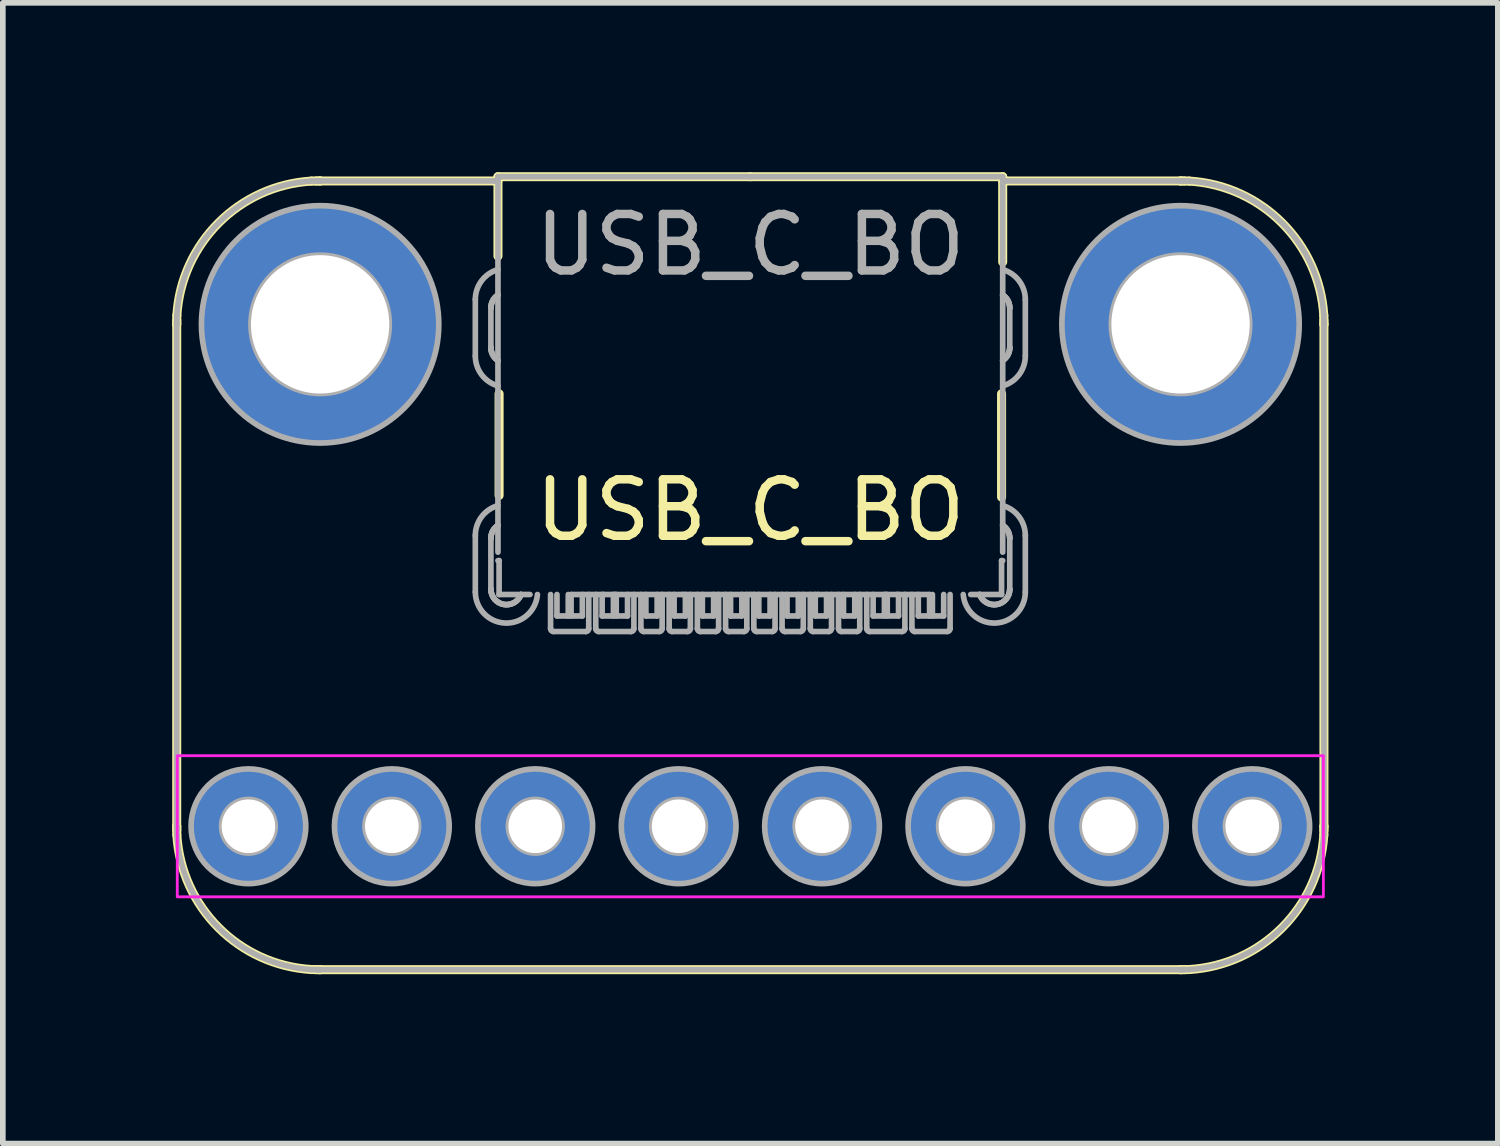
<source format=kicad_pcb>
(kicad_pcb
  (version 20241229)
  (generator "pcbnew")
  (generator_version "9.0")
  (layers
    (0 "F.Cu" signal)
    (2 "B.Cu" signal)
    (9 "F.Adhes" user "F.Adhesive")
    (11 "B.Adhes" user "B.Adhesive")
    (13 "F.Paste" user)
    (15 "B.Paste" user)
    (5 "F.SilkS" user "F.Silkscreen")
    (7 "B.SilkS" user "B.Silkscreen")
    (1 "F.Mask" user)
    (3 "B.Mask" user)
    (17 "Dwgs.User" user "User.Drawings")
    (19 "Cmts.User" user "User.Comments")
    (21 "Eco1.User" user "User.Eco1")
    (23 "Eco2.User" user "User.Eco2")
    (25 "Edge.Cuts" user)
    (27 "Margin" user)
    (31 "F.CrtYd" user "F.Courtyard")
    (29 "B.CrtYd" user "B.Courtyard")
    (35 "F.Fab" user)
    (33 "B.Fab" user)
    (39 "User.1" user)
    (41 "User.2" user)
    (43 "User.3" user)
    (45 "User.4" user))
  (footprint "USB_C_BO"
    (layer "F.Cu")
    (at 10.24 11.585)
    (property "Reference" "USB_C_BO" (at 0 -5.6 0) (layer "F.SilkS") (effects (font (size 1 1) (thickness 0.15))))
    (attr through_hole)
    (fp_line (start -10.16 -8.89) (end -10.158 -9.044) (stroke (width 0.16) (type solid)) (layer "F.SilkS"))
    (fp_line (start -10.16 0) (end -10.16 -8.89) (stroke (width 0.16) (type solid)) (layer "F.SilkS"))
    (fp_line (start -10.158 0.154) (end -10.16 0) (stroke (width 0.16) (type solid)) (layer "F.SilkS"))
    (fp_line (start -7.774 -11.428) (end -7.62 -11.43) (stroke (width 0.16) (type solid)) (layer "F.SilkS"))
    (fp_line (start -7.62 -11.43) (end -4.521 -11.43) (stroke (width 0.16) (type solid)) (layer "F.SilkS"))
    (fp_line (start -7.62 2.54) (end -7.774 2.538) (stroke (width 0.16) (type solid)) (layer "F.SilkS"))
    (fp_line (start -4.521 -11.43) (end -4.47 -11.43) (stroke (width 0.16) (type solid)) (layer "F.SilkS"))
    (fp_line (start -4.47 -11.505) (end -4.47 -10.098) (stroke (width 0.16) (type solid)) (layer "F.SilkS"))
    (fp_line (start -4.45 -5.859) (end -4.45 -7.661) (stroke (width 0.16) (type solid)) (layer "F.SilkS"))
    (fp_line (start 0 -11.505) (end -4.47 -11.505) (stroke (width 0.16) (type solid)) (layer "F.SilkS"))
    (fp_line (start 0 -11.505) (end 4.47 -11.505) (stroke (width 0.16) (type solid)) (layer "F.SilkS"))
    (fp_line (start 4.45 -5.83) (end 4.45 -7.661) (stroke (width 0.16) (type solid)) (layer "F.SilkS"))
    (fp_line (start 4.47 -11.505) (end 4.47 -9.995) (stroke (width 0.16) (type solid)) (layer "F.SilkS"))
    (fp_line (start 4.47 -11.43) (end 4.521 -11.43) (stroke (width 0.16) (type solid)) (layer "F.SilkS"))
    (fp_line (start 4.521 -11.43) (end 7.62 -11.43) (stroke (width 0.16) (type solid)) (layer "F.SilkS"))
    (fp_line (start 7.62 -11.43) (end 7.774 -11.428) (stroke (width 0.16) (type solid)) (layer "F.SilkS"))
    (fp_line (start 7.62 2.54) (end -7.62 2.54) (stroke (width 0.16) (type solid)) (layer "F.SilkS"))
    (fp_line (start 7.774 2.538) (end 7.62 2.54) (stroke (width 0.16) (type solid)) (layer "F.SilkS"))
    (fp_line (start 10.158 -9.044) (end 10.16 -8.89) (stroke (width 0.16) (type solid)) (layer "F.SilkS"))
    (fp_line (start 10.16 -8.89) (end 10.16 0) (stroke (width 0.16) (type solid)) (layer "F.SilkS"))
    (fp_line (start 10.16 0) (end 10.158 0.154) (stroke (width 0.16) (type solid)) (layer "F.SilkS"))
    (fp_arc (start -10.16 -8.89) (mid -10.159711 -8.928334) (end -10.158843 -8.96666) (stroke (width 0.16) (type solid)) (layer "F.SilkS"))
    (fp_arc (start -10.158843 0.07666) (mid -10.159711 0.038334) (end -10.16 0) (stroke (width 0.16) (type solid)) (layer "F.SilkS"))
    (fp_arc (start -10.157683 -9.043501) (mid -9.417693 -10.687693) (end -7.773502 -11.427683) (stroke (width 0.16) (type solid)) (layer "F.SilkS"))
    (fp_arc (start -7.773501 2.537683) (mid -9.417693 1.797693) (end -10.157683 0.153502) (stroke (width 0.16) (type solid)) (layer "F.SilkS"))
    (fp_arc (start -7.69666 -11.428843) (mid -7.658334 -11.429711) (end -7.62 -11.43) (stroke (width 0.16) (type solid)) (layer "F.SilkS"))
    (fp_arc (start -7.62 2.54) (mid -7.658334 2.539711) (end -7.69666 2.538843) (stroke (width 0.16) (type solid)) (layer "F.SilkS"))
    (fp_arc (start 7.62 -11.43) (mid 7.658334 -11.429711) (end 7.69666 -11.428843) (stroke (width 0.16) (type solid)) (layer "F.SilkS"))
    (fp_arc (start 7.69666 2.538843) (mid 7.658334 2.539711) (end 7.62 2.54) (stroke (width 0.16) (type solid)) (layer "F.SilkS"))
    (fp_arc (start 7.773501 -11.427683) (mid 9.417693 -10.687693) (end 10.157683 -9.043502) (stroke (width 0.16) (type solid)) (layer "F.SilkS"))
    (fp_arc (start 10.157683 0.153501) (mid 9.417693 1.797693) (end 7.773502 2.537683) (stroke (width 0.16) (type solid)) (layer "F.SilkS"))
    (fp_arc (start 10.158843 -8.96666) (mid 10.159711 -8.928334) (end 10.16 -8.89) (stroke (width 0.16) (type solid)) (layer "F.SilkS"))
    (fp_arc (start 10.16 0) (mid 10.159711 0.038334) (end 10.158843 0.07666) (stroke (width 0.16) (type solid)) (layer "F.SilkS"))
    (fp_rect (start -10.15 -1.25) (end 10.15 1.25) (stroke (width 0.05) (type default)) (fill no) (layer "F.CrtYd"))
    (fp_line (start -10.16 -8.89) (end -10.158 -9.044) (stroke (width 0.1) (type solid)) (layer "F.Fab"))
    (fp_line (start -10.16 0) (end -10.16 -8.89) (stroke (width 0.1) (type solid)) (layer "F.Fab"))
    (fp_line (start -10.158 0.154) (end -10.16 0) (stroke (width 0.1) (type solid)) (layer "F.Fab"))
    (fp_line (start -7.774 -11.428) (end -7.62 -11.43) (stroke (width 0.1) (type solid)) (layer "F.Fab"))
    (fp_line (start -7.62 -11.43) (end -4.521 -11.43) (stroke (width 0.1) (type solid)) (layer "F.Fab"))
    (fp_line (start -7.62 2.54) (end -7.774 2.538) (stroke (width 0.1) (type solid)) (layer "F.Fab"))
    (fp_line (start -4.871 -9.33) (end -4.871 -8.33) (stroke (width 0.1) (type solid)) (layer "F.Fab"))
    (fp_line (start -4.871 -5.15) (end -4.871 -4.15) (stroke (width 0.1) (type solid)) (layer "F.Fab"))
    (fp_line (start -4.595 -8.48) (end -4.595 -9.18) (stroke (width 0.1) (type solid)) (layer "F.Fab"))
    (fp_line (start -4.595 -4.2) (end -4.595 -5.1) (stroke (width 0.1) (type solid)) (layer "F.Fab"))
    (fp_line (start -4.521 -11.43) (end -4.47 -11.43) (stroke (width 0.1) (type solid)) (layer "F.Fab"))
    (fp_line (start -4.47 -11.505) (end -4.47 -4.855) (stroke (width 0.1) (type solid)) (layer "F.Fab"))
    (fp_line (start -4.47 -4.705) (end -4.45 -4.705) (stroke (width 0.1) (type solid)) (layer "F.Fab"))
    (fp_line (start -4.45 -4.105) (end -4.45 -4.705) (stroke (width 0.1) (type solid)) (layer "F.Fab"))
    (fp_line (start -3.903 -4.105) (end -4.45 -4.105) (stroke (width 0.1) (type solid)) (layer "F.Fab"))
    (fp_line (start -3.538 -4.105) (end -3.538 -3.5) (stroke (width 0.1) (type solid)) (layer "F.Fab"))
    (fp_line (start -3.487 -3.449) (end -2.913 -3.449) (stroke (width 0.1) (type solid)) (layer "F.Fab"))
    (fp_line (start -3.425 -4.105) (end -3.425 -3.725) (stroke (width 0.1) (type solid)) (layer "F.Fab"))
    (fp_line (start -3.425 -3.725) (end -3.225 -3.725) (stroke (width 0.1) (type solid)) (layer "F.Fab"))
    (fp_line (start -3.225 -4.105) (end -3.225 -3.725) (stroke (width 0.1) (type solid)) (layer "F.Fab"))
    (fp_line (start -3.175 -4.105) (end -3.175 -3.725) (stroke (width 0.1) (type solid)) (layer "F.Fab"))
    (fp_line (start -3.175 -3.725) (end -2.975 -3.725) (stroke (width 0.1) (type solid)) (layer "F.Fab"))
    (fp_line (start -3.17 -4.105) (end -2.6 -4.105) (stroke (width 0.1) (type solid)) (layer "F.Fab"))
    (fp_line (start -2.975 -4.105) (end -2.975 -3.725) (stroke (width 0.1) (type solid)) (layer "F.Fab"))
    (fp_line (start -2.862 -3.5) (end -2.862 -4.105) (stroke (width 0.1) (type solid)) (layer "F.Fab"))
    (fp_line (start -2.738 -4.105) (end -2.738 -3.5) (stroke (width 0.1) (type solid)) (layer "F.Fab"))
    (fp_line (start -2.688 -3.449) (end -2.112 -3.449) (stroke (width 0.1) (type solid)) (layer "F.Fab"))
    (fp_line (start -2.625 -4.105) (end -2.625 -3.725) (stroke (width 0.1) (type solid)) (layer "F.Fab"))
    (fp_line (start -2.625 -3.725) (end -2.425 -3.725) (stroke (width 0.1) (type solid)) (layer "F.Fab"))
    (fp_line (start -2.6 -4.105) (end -2.4 -4.105) (stroke (width 0.1) (type solid)) (layer "F.Fab"))
    (fp_line (start -2.425 -4.105) (end -2.425 -3.725) (stroke (width 0.1) (type solid)) (layer "F.Fab"))
    (fp_line (start -2.4 -4.105) (end -1.2 -4.105) (stroke (width 0.1) (type solid)) (layer "F.Fab"))
    (fp_line (start -2.375 -4.105) (end -2.375 -3.725) (stroke (width 0.1) (type solid)) (layer "F.Fab"))
    (fp_line (start -2.375 -3.725) (end -2.175 -3.725) (stroke (width 0.1) (type solid)) (layer "F.Fab"))
    (fp_line (start -2.175 -4.105) (end -2.175 -3.725) (stroke (width 0.1) (type solid)) (layer "F.Fab"))
    (fp_line (start -2.062 -3.5) (end -2.062 -4.105) (stroke (width 0.1) (type solid)) (layer "F.Fab"))
    (fp_line (start -1.938 -4.105) (end -1.938 -3.5) (stroke (width 0.1) (type solid)) (layer "F.Fab"))
    (fp_line (start -1.887 -3.449) (end -1.613 -3.449) (stroke (width 0.1) (type solid)) (layer "F.Fab"))
    (fp_line (start -1.85 -4.105) (end -1.85 -3.725) (stroke (width 0.1) (type solid)) (layer "F.Fab"))
    (fp_line (start -1.85 -3.725) (end -1.65 -3.725) (stroke (width 0.1) (type solid)) (layer "F.Fab"))
    (fp_line (start -1.65 -4.105) (end -1.65 -3.725) (stroke (width 0.1) (type solid)) (layer "F.Fab"))
    (fp_line (start -1.562 -3.5) (end -1.562 -4.105) (stroke (width 0.1) (type solid)) (layer "F.Fab"))
    (fp_line (start -1.438 -4.105) (end -1.438 -3.5) (stroke (width 0.1) (type solid)) (layer "F.Fab"))
    (fp_line (start -1.387 -3.449) (end -1.113 -3.449) (stroke (width 0.1) (type solid)) (layer "F.Fab"))
    (fp_line (start -1.35 -4.105) (end -1.35 -3.725) (stroke (width 0.1) (type solid)) (layer "F.Fab"))
    (fp_line (start -1.35 -3.725) (end -1.15 -3.725) (stroke (width 0.1) (type solid)) (layer "F.Fab"))
    (fp_line (start -1.2 -4.105) (end 0 -4.105) (stroke (width 0.1) (type solid)) (layer "F.Fab"))
    (fp_line (start -1.15 -4.105) (end -1.15 -3.725) (stroke (width 0.1) (type solid)) (layer "F.Fab"))
    (fp_line (start -1.062 -3.5) (end -1.062 -4.105) (stroke (width 0.1) (type solid)) (layer "F.Fab"))
    (fp_line (start -0.938 -4.105) (end -0.938 -3.5) (stroke (width 0.1) (type solid)) (layer "F.Fab"))
    (fp_line (start -0.887 -3.449) (end -0.613 -3.449) (stroke (width 0.1) (type solid)) (layer "F.Fab"))
    (fp_line (start -0.85 -4.105) (end -0.85 -3.725) (stroke (width 0.1) (type solid)) (layer "F.Fab"))
    (fp_line (start -0.85 -3.725) (end -0.65 -3.725) (stroke (width 0.1) (type solid)) (layer "F.Fab"))
    (fp_line (start -0.65 -4.105) (end -0.65 -3.725) (stroke (width 0.1) (type solid)) (layer "F.Fab"))
    (fp_line (start -0.562 -3.5) (end -0.562 -4.105) (stroke (width 0.1) (type solid)) (layer "F.Fab"))
    (fp_line (start -0.438 -4.105) (end -0.438 -3.5) (stroke (width 0.1) (type solid)) (layer "F.Fab"))
    (fp_line (start -0.388 -3.449) (end -0.113 -3.449) (stroke (width 0.1) (type solid)) (layer "F.Fab"))
    (fp_line (start -0.35 -4.105) (end -0.35 -3.725) (stroke (width 0.1) (type solid)) (layer "F.Fab"))
    (fp_line (start -0.35 -3.725) (end -0.15 -3.725) (stroke (width 0.1) (type solid)) (layer "F.Fab"))
    (fp_line (start -0.15 -4.105) (end -0.15 -3.725) (stroke (width 0.1) (type solid)) (layer "F.Fab"))
    (fp_line (start -0.062 -3.5) (end -0.062 -4.105) (stroke (width 0.1) (type solid)) (layer "F.Fab"))
    (fp_line (start 0 -11.505) (end -4.47 -11.505) (stroke (width 0.1) (type solid)) (layer "F.Fab"))
    (fp_line (start 0 -11.505) (end 4.47 -11.505) (stroke (width 0.1) (type solid)) (layer "F.Fab"))
    (fp_line (start 0.062 -4.105) (end 0.062 -3.5) (stroke (width 0.1) (type solid)) (layer "F.Fab"))
    (fp_line (start 0.113 -3.449) (end 0.388 -3.449) (stroke (width 0.1) (type solid)) (layer "F.Fab"))
    (fp_line (start 0.15 -4.105) (end 0.15 -3.725) (stroke (width 0.1) (type solid)) (layer "F.Fab"))
    (fp_line (start 0.35 -4.105) (end 0.35 -3.725) (stroke (width 0.1) (type solid)) (layer "F.Fab"))
    (fp_line (start 0.35 -3.725) (end 0.15 -3.725) (stroke (width 0.1) (type solid)) (layer "F.Fab"))
    (fp_line (start 0.438 -3.5) (end 0.438 -4.105) (stroke (width 0.1) (type solid)) (layer "F.Fab"))
    (fp_line (start 0.562 -4.105) (end 0.562 -3.5) (stroke (width 0.1) (type solid)) (layer "F.Fab"))
    (fp_line (start 0.613 -3.449) (end 0.887 -3.449) (stroke (width 0.1) (type solid)) (layer "F.Fab"))
    (fp_line (start 0.65 -4.105) (end 0.65 -3.725) (stroke (width 0.1) (type solid)) (layer "F.Fab"))
    (fp_line (start 0.85 -4.105) (end 0.85 -3.725) (stroke (width 0.1) (type solid)) (layer "F.Fab"))
    (fp_line (start 0.85 -3.725) (end 0.65 -3.725) (stroke (width 0.1) (type solid)) (layer "F.Fab"))
    (fp_line (start 0.938 -3.5) (end 0.938 -4.105) (stroke (width 0.1) (type solid)) (layer "F.Fab"))
    (fp_line (start 1.062 -4.105) (end 1.062 -3.5) (stroke (width 0.1) (type solid)) (layer "F.Fab"))
    (fp_line (start 1.113 -3.449) (end 1.387 -3.449) (stroke (width 0.1) (type solid)) (layer "F.Fab"))
    (fp_line (start 1.15 -4.105) (end 1.15 -3.725) (stroke (width 0.1) (type solid)) (layer "F.Fab"))
    (fp_line (start 1.2 -4.105) (end 0 -4.105) (stroke (width 0.1) (type solid)) (layer "F.Fab"))
    (fp_line (start 1.35 -4.105) (end 1.35 -3.725) (stroke (width 0.1) (type solid)) (layer "F.Fab"))
    (fp_line (start 1.35 -3.725) (end 1.15 -3.725) (stroke (width 0.1) (type solid)) (layer "F.Fab"))
    (fp_line (start 1.438 -3.5) (end 1.438 -4.105) (stroke (width 0.1) (type solid)) (layer "F.Fab"))
    (fp_line (start 1.562 -4.105) (end 1.562 -3.5) (stroke (width 0.1) (type solid)) (layer "F.Fab"))
    (fp_line (start 1.613 -3.449) (end 1.887 -3.449) (stroke (width 0.1) (type solid)) (layer "F.Fab"))
    (fp_line (start 1.65 -4.105) (end 1.65 -3.725) (stroke (width 0.1) (type solid)) (layer "F.Fab"))
    (fp_line (start 1.85 -4.105) (end 1.85 -3.725) (stroke (width 0.1) (type solid)) (layer "F.Fab"))
    (fp_line (start 1.85 -3.725) (end 1.65 -3.725) (stroke (width 0.1) (type solid)) (layer "F.Fab"))
    (fp_line (start 1.938 -3.5) (end 1.938 -4.105) (stroke (width 0.1) (type solid)) (layer "F.Fab"))
    (fp_line (start 2.062 -4.105) (end 2.062 -3.5) (stroke (width 0.1) (type solid)) (layer "F.Fab"))
    (fp_line (start 2.112 -3.449) (end 2.688 -3.449) (stroke (width 0.1) (type solid)) (layer "F.Fab"))
    (fp_line (start 2.175 -4.105) (end 2.175 -3.725) (stroke (width 0.1) (type solid)) (layer "F.Fab"))
    (fp_line (start 2.375 -4.105) (end 2.375 -3.725) (stroke (width 0.1) (type solid)) (layer "F.Fab"))
    (fp_line (start 2.375 -3.725) (end 2.175 -3.725) (stroke (width 0.1) (type solid)) (layer "F.Fab"))
    (fp_line (start 2.4 -4.105) (end 1.2 -4.105) (stroke (width 0.1) (type solid)) (layer "F.Fab"))
    (fp_line (start 2.425 -4.105) (end 2.425 -3.725) (stroke (width 0.1) (type solid)) (layer "F.Fab"))
    (fp_line (start 2.6 -4.105) (end 2.4 -4.105) (stroke (width 0.1) (type solid)) (layer "F.Fab"))
    (fp_line (start 2.625 -4.105) (end 2.625 -3.725) (stroke (width 0.1) (type solid)) (layer "F.Fab"))
    (fp_line (start 2.625 -3.725) (end 2.425 -3.725) (stroke (width 0.1) (type solid)) (layer "F.Fab"))
    (fp_line (start 2.738 -3.5) (end 2.738 -4.105) (stroke (width 0.1) (type solid)) (layer "F.Fab"))
    (fp_line (start 2.862 -4.105) (end 2.862 -3.5) (stroke (width 0.1) (type solid)) (layer "F.Fab"))
    (fp_line (start 2.913 -3.449) (end 3.487 -3.449) (stroke (width 0.1) (type solid)) (layer "F.Fab"))
    (fp_line (start 2.975 -4.105) (end 2.975 -3.725) (stroke (width 0.1) (type solid)) (layer "F.Fab"))
    (fp_line (start 3.17 -4.105) (end 2.6 -4.105) (stroke (width 0.1) (type solid)) (layer "F.Fab"))
    (fp_line (start 3.175 -4.105) (end 3.175 -3.725) (stroke (width 0.1) (type solid)) (layer "F.Fab"))
    (fp_line (start 3.175 -3.725) (end 2.975 -3.725) (stroke (width 0.1) (type solid)) (layer "F.Fab"))
    (fp_line (start 3.225 -4.105) (end 3.225 -3.725) (stroke (width 0.1) (type solid)) (layer "F.Fab"))
    (fp_line (start 3.425 -4.105) (end 3.425 -3.725) (stroke (width 0.1) (type solid)) (layer "F.Fab"))
    (fp_line (start 3.425 -3.725) (end 3.225 -3.725) (stroke (width 0.1) (type solid)) (layer "F.Fab"))
    (fp_line (start 3.538 -3.5) (end 3.538 -4.105) (stroke (width 0.1) (type solid)) (layer "F.Fab"))
    (fp_line (start 3.903 -4.105) (end 4.45 -4.105) (stroke (width 0.1) (type solid)) (layer "F.Fab"))
    (fp_line (start 4.45 -4.105) (end 4.45 -4.705) (stroke (width 0.1) (type solid)) (layer "F.Fab"))
    (fp_line (start 4.47 -11.505) (end 4.47 -4.855) (stroke (width 0.1) (type solid)) (layer "F.Fab"))
    (fp_line (start 4.47 -11.43) (end 4.521 -11.43) (stroke (width 0.1) (type solid)) (layer "F.Fab"))
    (fp_line (start 4.47 -4.705) (end 4.45 -4.705) (stroke (width 0.1) (type solid)) (layer "F.Fab"))
    (fp_line (start 4.521 -11.43) (end 7.62 -11.43) (stroke (width 0.1) (type solid)) (layer "F.Fab"))
    (fp_line (start 4.595 -9.18) (end 4.595 -8.48) (stroke (width 0.1) (type solid)) (layer "F.Fab"))
    (fp_line (start 4.595 -5.1) (end 4.595 -4.2) (stroke (width 0.1) (type solid)) (layer "F.Fab"))
    (fp_line (start 4.871 -8.33) (end 4.871 -9.33) (stroke (width 0.1) (type solid)) (layer "F.Fab"))
    (fp_line (start 4.871 -4.15) (end 4.871 -5.15) (stroke (width 0.1) (type solid)) (layer "F.Fab"))
    (fp_line (start 7.62 -11.43) (end 7.774 -11.428) (stroke (width 0.1) (type solid)) (layer "F.Fab"))
    (fp_line (start 7.62 2.54) (end -7.62 2.54) (stroke (width 0.1) (type solid)) (layer "F.Fab"))
    (fp_line (start 7.774 2.538) (end 7.62 2.54) (stroke (width 0.1) (type solid)) (layer "F.Fab"))
    (fp_line (start 10.158 -9.044) (end 10.16 -8.89) (stroke (width 0.1) (type solid)) (layer "F.Fab"))
    (fp_line (start 10.16 -8.89) (end 10.16 0) (stroke (width 0.1) (type solid)) (layer "F.Fab"))
    (fp_line (start 10.16 0) (end 10.158 0.154) (stroke (width 0.1) (type solid)) (layer "F.Fab"))
    (fp_arc (start -10.16 -8.89) (mid -10.159711 -8.928334) (end -10.158843 -8.96666) (stroke (width 0.1) (type solid)) (layer "F.Fab"))
    (fp_arc (start -10.158843 0.07666) (mid -10.159711 0.038334) (end -10.16 0) (stroke (width 0.1) (type solid)) (layer "F.Fab"))
    (fp_arc (start -10.157683 -9.043501) (mid -9.417693 -10.687693) (end -7.773502 -11.427683) (stroke (width 0.1) (type solid)) (layer "F.Fab"))
    (fp_arc (start -7.773501 2.537683) (mid -9.417693 1.797693) (end -10.157683 0.153502) (stroke (width 0.1) (type solid)) (layer "F.Fab"))
    (fp_arc (start -7.69666 -11.428843) (mid -7.658334 -11.429711) (end -7.62 -11.43) (stroke (width 0.1) (type solid)) (layer "F.Fab"))
    (fp_arc (start -7.62 2.54) (mid -7.658334 2.539711) (end -7.69666 2.538843) (stroke (width 0.1) (type solid)) (layer "F.Fab"))
    (fp_arc (start -4.8708 -9.33) (mid -4.759318 -9.662235) (end -4.47 -9.859982) (stroke (width 0.1) (type solid)) (layer "F.Fab"))
    (fp_arc (start -4.8708 -5.15) (mid -4.759318 -5.482235) (end -4.47 -5.679982) (stroke (width 0.1) (type solid)) (layer "F.Fab"))
    (fp_arc (start -4.595 -9.18) (mid -4.561738 -9.311101) (end -4.47 -9.410489) (stroke (width 0.1) (type solid)) (layer "F.Fab"))
    (fp_arc (start -4.595 -9.18) (mid -4.561738 -9.311101) (end -4.47 -9.410489) (stroke (width 0.1) (type solid)) (layer "F.Fab"))
    (fp_arc (start -4.595 -9.18) (mid -4.561738 -9.311101) (end -4.47 -9.410489) (stroke (width 0.1) (type solid)) (layer "F.Fab"))
    (fp_arc (start -4.595 -5.1) (mid -4.561738 -5.231101) (end -4.47 -5.330489) (stroke (width 0.1) (type solid)) (layer "F.Fab"))
    (fp_arc (start -4.595 -5.1) (mid -4.561738 -5.231101) (end -4.47 -5.330489) (stroke (width 0.1) (type solid)) (layer "F.Fab"))
    (fp_arc (start -4.595 -5.1) (mid -4.561738 -5.231101) (end -4.47 -5.330489) (stroke (width 0.1) (type solid)) (layer "F.Fab"))
    (fp_arc (start -4.47 -8.249511) (mid -4.561739 -8.348899) (end -4.595 -8.48) (stroke (width 0.1) (type solid)) (layer "F.Fab"))
    (fp_arc (start -4.47 -8.249511) (mid -4.561739 -8.348899) (end -4.595 -8.48) (stroke (width 0.1) (type solid)) (layer "F.Fab"))
    (fp_arc (start -4.47 -8.249511) (mid -4.561739 -8.348899) (end -4.595 -8.48) (stroke (width 0.1) (type solid)) (layer "F.Fab"))
    (fp_arc (start -4.47 -7.800018) (mid -4.759318 -7.997764) (end -4.8708 -8.33) (stroke (width 0.1) (type solid)) (layer "F.Fab"))
    (fp_arc (start -4.06193 -4.105) (mid -4.368248 -3.929265) (end -4.595 -4.2) (stroke (width 0.1) (type solid)) (layer "F.Fab"))
    (fp_arc (start -4.06193 -4.105) (mid -4.368248 -3.929265) (end -4.595 -4.2) (stroke (width 0.1) (type solid)) (layer "F.Fab"))
    (fp_arc (start -4.06193 -4.105) (mid -4.368248 -3.929265) (end -4.595 -4.2) (stroke (width 0.1) (type solid)) (layer "F.Fab"))
    (fp_arc (start -3.771041 -4.105) (mid -4.342519 -3.59966) (end -4.8708 -4.15) (stroke (width 0.1) (type solid)) (layer "F.Fab"))
    (fp_arc (start -3.4875 -3.4492) (mid -3.523421 -3.464079) (end -3.5383 -3.5) (stroke (width 0.1) (type solid)) (layer "F.Fab"))
    (fp_arc (start -2.8617 -3.5) (mid -2.876579 -3.464079) (end -2.9125 -3.4492) (stroke (width 0.1) (type solid)) (layer "F.Fab"))
    (fp_arc (start -2.6875 -3.4492) (mid -2.723421 -3.464079) (end -2.7383 -3.5) (stroke (width 0.1) (type solid)) (layer "F.Fab"))
    (fp_arc (start -2.0617 -3.5) (mid -2.076579 -3.464079) (end -2.1125 -3.4492) (stroke (width 0.1) (type solid)) (layer "F.Fab"))
    (fp_arc (start -1.8875 -3.4492) (mid -1.923421 -3.464079) (end -1.9383 -3.5) (stroke (width 0.1) (type solid)) (layer "F.Fab"))
    (fp_arc (start -1.5617 -3.5) (mid -1.576579 -3.464079) (end -1.6125 -3.4492) (stroke (width 0.1) (type solid)) (layer "F.Fab"))
    (fp_arc (start -1.3875 -3.4492) (mid -1.423421 -3.464079) (end -1.4383 -3.5) (stroke (width 0.1) (type solid)) (layer "F.Fab"))
    (fp_arc (start -1.0617 -3.5) (mid -1.076579 -3.464079) (end -1.1125 -3.4492) (stroke (width 0.1) (type solid)) (layer "F.Fab"))
    (fp_arc (start -0.8875 -3.4492) (mid -0.923421 -3.464079) (end -0.9383 -3.5) (stroke (width 0.1) (type solid)) (layer "F.Fab"))
    (fp_arc (start -0.5617 -3.5) (mid -0.576579 -3.464079) (end -0.6125 -3.4492) (stroke (width 0.1) (type solid)) (layer "F.Fab"))
    (fp_arc (start -0.3875 -3.4492) (mid -0.423421 -3.464079) (end -0.4383 -3.5) (stroke (width 0.1) (type solid)) (layer "F.Fab"))
    (fp_arc (start -0.0617 -3.5) (mid -0.076579 -3.464079) (end -0.1125 -3.4492) (stroke (width 0.1) (type solid)) (layer "F.Fab"))
    (fp_arc (start 0.1125 -3.4492) (mid 0.076579 -3.464079) (end 0.0617 -3.5) (stroke (width 0.1) (type solid)) (layer "F.Fab"))
    (fp_arc (start 0.4383 -3.5) (mid 0.423421 -3.464079) (end 0.3875 -3.4492) (stroke (width 0.1) (type solid)) (layer "F.Fab"))
    (fp_arc (start 0.6125 -3.4492) (mid 0.576579 -3.464079) (end 0.5617 -3.5) (stroke (width 0.1) (type solid)) (layer "F.Fab"))
    (fp_arc (start 0.9383 -3.5) (mid 0.923421 -3.464079) (end 0.8875 -3.4492) (stroke (width 0.1) (type solid)) (layer "F.Fab"))
    (fp_arc (start 1.1125 -3.4492) (mid 1.076579 -3.464079) (end 1.0617 -3.5) (stroke (width 0.1) (type solid)) (layer "F.Fab"))
    (fp_arc (start 1.4383 -3.5) (mid 1.423421 -3.464079) (end 1.3875 -3.4492) (stroke (width 0.1) (type solid)) (layer "F.Fab"))
    (fp_arc (start 1.6125 -3.4492) (mid 1.576579 -3.464079) (end 1.5617 -3.5) (stroke (width 0.1) (type solid)) (layer "F.Fab"))
    (fp_arc (start 1.9383 -3.5) (mid 1.923421 -3.464079) (end 1.8875 -3.4492) (stroke (width 0.1) (type solid)) (layer "F.Fab"))
    (fp_arc (start 2.1125 -3.4492) (mid 2.076579 -3.464079) (end 2.0617 -3.5) (stroke (width 0.1) (type solid)) (layer "F.Fab"))
    (fp_arc (start 2.7383 -3.5) (mid 2.723421 -3.464079) (end 2.6875 -3.4492) (stroke (width 0.1) (type solid)) (layer "F.Fab"))
    (fp_arc (start 2.9125 -3.4492) (mid 2.876579 -3.464079) (end 2.8617 -3.5) (stroke (width 0.1) (type solid)) (layer "F.Fab"))
    (fp_arc (start 3.5383 -3.5) (mid 3.523421 -3.464079) (end 3.4875 -3.4492) (stroke (width 0.1) (type solid)) (layer "F.Fab"))
    (fp_arc (start 4.47 -9.859982) (mid 4.759318 -9.662236) (end 4.8708 -9.33) (stroke (width 0.1) (type solid)) (layer "F.Fab"))
    (fp_arc (start 4.47 -9.410489) (mid 4.561739 -9.311101) (end 4.595 -9.18) (stroke (width 0.1) (type solid)) (layer "F.Fab"))
    (fp_arc (start 4.47 -9.410489) (mid 4.561739 -9.311101) (end 4.595 -9.18) (stroke (width 0.1) (type solid)) (layer "F.Fab"))
    (fp_arc (start 4.47 -9.410489) (mid 4.561739 -9.311101) (end 4.595 -9.18) (stroke (width 0.1) (type solid)) (layer "F.Fab"))
    (fp_arc (start 4.47 -5.679982) (mid 4.759318 -5.482236) (end 4.8708 -5.15) (stroke (width 0.1) (type solid)) (layer "F.Fab"))
    (fp_arc (start 4.47 -5.330489) (mid 4.561739 -5.231101) (end 4.595 -5.1) (stroke (width 0.1) (type solid)) (layer "F.Fab"))
    (fp_arc (start 4.47 -5.330489) (mid 4.561739 -5.231101) (end 4.595 -5.1) (stroke (width 0.1) (type solid)) (layer "F.Fab"))
    (fp_arc (start 4.47 -5.330489) (mid 4.561739 -5.231101) (end 4.595 -5.1) (stroke (width 0.1) (type solid)) (layer "F.Fab"))
    (fp_arc (start 4.595 -8.48) (mid 4.561738 -8.348899) (end 4.47 -8.249511) (stroke (width 0.1) (type solid)) (layer "F.Fab"))
    (fp_arc (start 4.595 -8.48) (mid 4.561738 -8.348899) (end 4.47 -8.249511) (stroke (width 0.1) (type solid)) (layer "F.Fab"))
    (fp_arc (start 4.595 -8.48) (mid 4.561738 -8.348899) (end 4.47 -8.249511) (stroke (width 0.1) (type solid)) (layer "F.Fab"))
    (fp_arc (start 4.595 -4.2) (mid 4.368248 -3.929266) (end 4.06193 -4.105) (stroke (width 0.1) (type solid)) (layer "F.Fab"))
    (fp_arc (start 4.595 -4.2) (mid 4.368248 -3.929266) (end 4.06193 -4.105) (stroke (width 0.1) (type solid)) (layer "F.Fab"))
    (fp_arc (start 4.595 -4.2) (mid 4.368248 -3.929266) (end 4.06193 -4.105) (stroke (width 0.1) (type solid)) (layer "F.Fab"))
    (fp_arc (start 4.8708 -8.33) (mid 4.759318 -7.997765) (end 4.47 -7.800018) (stroke (width 0.1) (type solid)) (layer "F.Fab"))
    (fp_arc (start 4.8708 -4.15) (mid 4.342519 -3.599661) (end 3.771041 -4.105) (stroke (width 0.1) (type solid)) (layer "F.Fab"))
    (fp_arc (start 7.62 -11.43) (mid 7.658334 -11.429711) (end 7.69666 -11.428843) (stroke (width 0.1) (type solid)) (layer "F.Fab"))
    (fp_arc (start 7.69666 2.538843) (mid 7.658334 2.539711) (end 7.62 2.54) (stroke (width 0.1) (type solid)) (layer "F.Fab"))
    (fp_arc (start 7.773501 -11.427683) (mid 9.417693 -10.687693) (end 10.157683 -9.043502) (stroke (width 0.1) (type solid)) (layer "F.Fab"))
    (fp_arc (start 10.157683 0.153501) (mid 9.417693 1.797693) (end 7.773502 2.537683) (stroke (width 0.1) (type solid)) (layer "F.Fab"))
    (fp_arc (start 10.158843 -8.96666) (mid 10.159711 -8.928334) (end 10.16 -8.89) (stroke (width 0.1) (type solid)) (layer "F.Fab"))
    (fp_arc (start 10.16 0) (mid 10.159711 0.038334) (end 10.158843 0.07666) (stroke (width 0.1) (type solid)) (layer "F.Fab"))
    (fp_circle (center -8.89 0) (end -9.906 0) (stroke (width 0.1) (type solid)) (fill no) (layer "F.Fab"))
    (fp_circle (center -8.89 0) (end -9.365 0) (stroke (width 0.1) (type solid)) (fill no) (layer "F.Fab"))
    (fp_circle (center -7.62 -8.89) (end -9.722 -8.89) (stroke (width 0.1) (type solid)) (fill no) (layer "F.Fab"))
    (fp_circle (center -7.62 -8.89) (end -8.845 -8.89) (stroke (width 0.1) (type solid)) (fill no) (layer "F.Fab"))
    (fp_circle (center -6.35 0) (end -7.366 0) (stroke (width 0.1) (type solid)) (fill no) (layer "F.Fab"))
    (fp_circle (center -6.35 0) (end -6.825 0) (stroke (width 0.1) (type solid)) (fill no) (layer "F.Fab"))
    (fp_circle (center -3.81 0) (end -4.826 0) (stroke (width 0.1) (type solid)) (fill no) (layer "F.Fab"))
    (fp_circle (center -3.81 0) (end -4.285 0) (stroke (width 0.1) (type solid)) (fill no) (layer "F.Fab"))
    (fp_circle (center -1.27 0) (end -2.286 0) (stroke (width 0.1) (type solid)) (fill no) (layer "F.Fab"))
    (fp_circle (center -1.27 0) (end -1.745 0) (stroke (width 0.1) (type solid)) (fill no) (layer "F.Fab"))
    (fp_circle (center 1.27 0) (end 0.254 0) (stroke (width 0.1) (type solid)) (fill no) (layer "F.Fab"))
    (fp_circle (center 1.27 0) (end 0.795 0) (stroke (width 0.1) (type solid)) (fill no) (layer "F.Fab"))
    (fp_circle (center 3.81 0) (end 2.794 0) (stroke (width 0.1) (type solid)) (fill no) (layer "F.Fab"))
    (fp_circle (center 3.81 0) (end 3.335 0) (stroke (width 0.1) (type solid)) (fill no) (layer "F.Fab"))
    (fp_circle (center 6.35 0) (end 5.334 0) (stroke (width 0.1) (type solid)) (fill no) (layer "F.Fab"))
    (fp_circle (center 6.35 0) (end 5.875 0) (stroke (width 0.1) (type solid)) (fill no) (layer "F.Fab"))
    (fp_circle (center 7.62 -8.89) (end 5.518 -8.89) (stroke (width 0.1) (type solid)) (fill no) (layer "F.Fab"))
    (fp_circle (center 7.62 -8.89) (end 6.395 -8.89) (stroke (width 0.1) (type solid)) (fill no) (layer "F.Fab"))
    (fp_circle (center 8.89 0) (end 7.874 0) (stroke (width 0.1) (type solid)) (fill no) (layer "F.Fab"))
    (fp_circle (center 8.89 0) (end 8.415 0) (stroke (width 0.1) (type solid)) (fill no) (layer "F.Fab"))
    (fp_text user "${REFERENCE}" (at 0 -10.3 0) (layer "F.Fab") (effects (font (size 1 1) (thickness 0.15))))
    (pad "" np_thru_hole circle (at -7.62 -8.89) (size 4.203 4.203) (drill 2.45) (layers "*.Cu" "*.Mask"))
    (pad "" np_thru_hole circle (at 7.62 -8.89) (size 4.203 4.203) (drill 2.45) (layers "*.Cu" "*.Mask"))
    (pad "1" thru_hole circle (at 8.89 0) (size 2.032 2.032) (drill 0.95) (layers "*.Cu" "*.Mask"))
    (pad "2" thru_hole circle (at 6.35 0) (size 2.032 2.032) (drill 0.95) (layers "*.Cu" "*.Mask"))
    (pad "3" thru_hole circle (at 3.81 0) (size 2.032 2.032) (drill 0.95) (layers "*.Cu" "*.Mask"))
    (pad "4" thru_hole circle (at 1.27 0) (size 2.032 2.032) (drill 0.95) (layers "*.Cu" "*.Mask"))
    (pad "5" thru_hole circle (at -1.27 0) (size 2.032 2.032) (drill 0.95) (layers "*.Cu" "*.Mask"))
    (pad "6" thru_hole circle (at -3.81 0) (size 2.032 2.032) (drill 0.95) (layers "*.Cu" "*.Mask"))
    (pad "7" thru_hole circle (at -6.35 0) (size 2.032 2.032) (drill 0.95) (layers "*.Cu" "*.Mask"))
    (pad "8" thru_hole circle (at -8.89 0) (size 2.032 2.032) (drill 0.95) (layers "*.Cu" "*.Mask")))
  (gr_rect
    (start -3 -3)
    (end 23.48 17.205)
    (stroke (width 0.1) (type default))
    (fill no)
    (layer "Edge.Cuts")))
</source>
